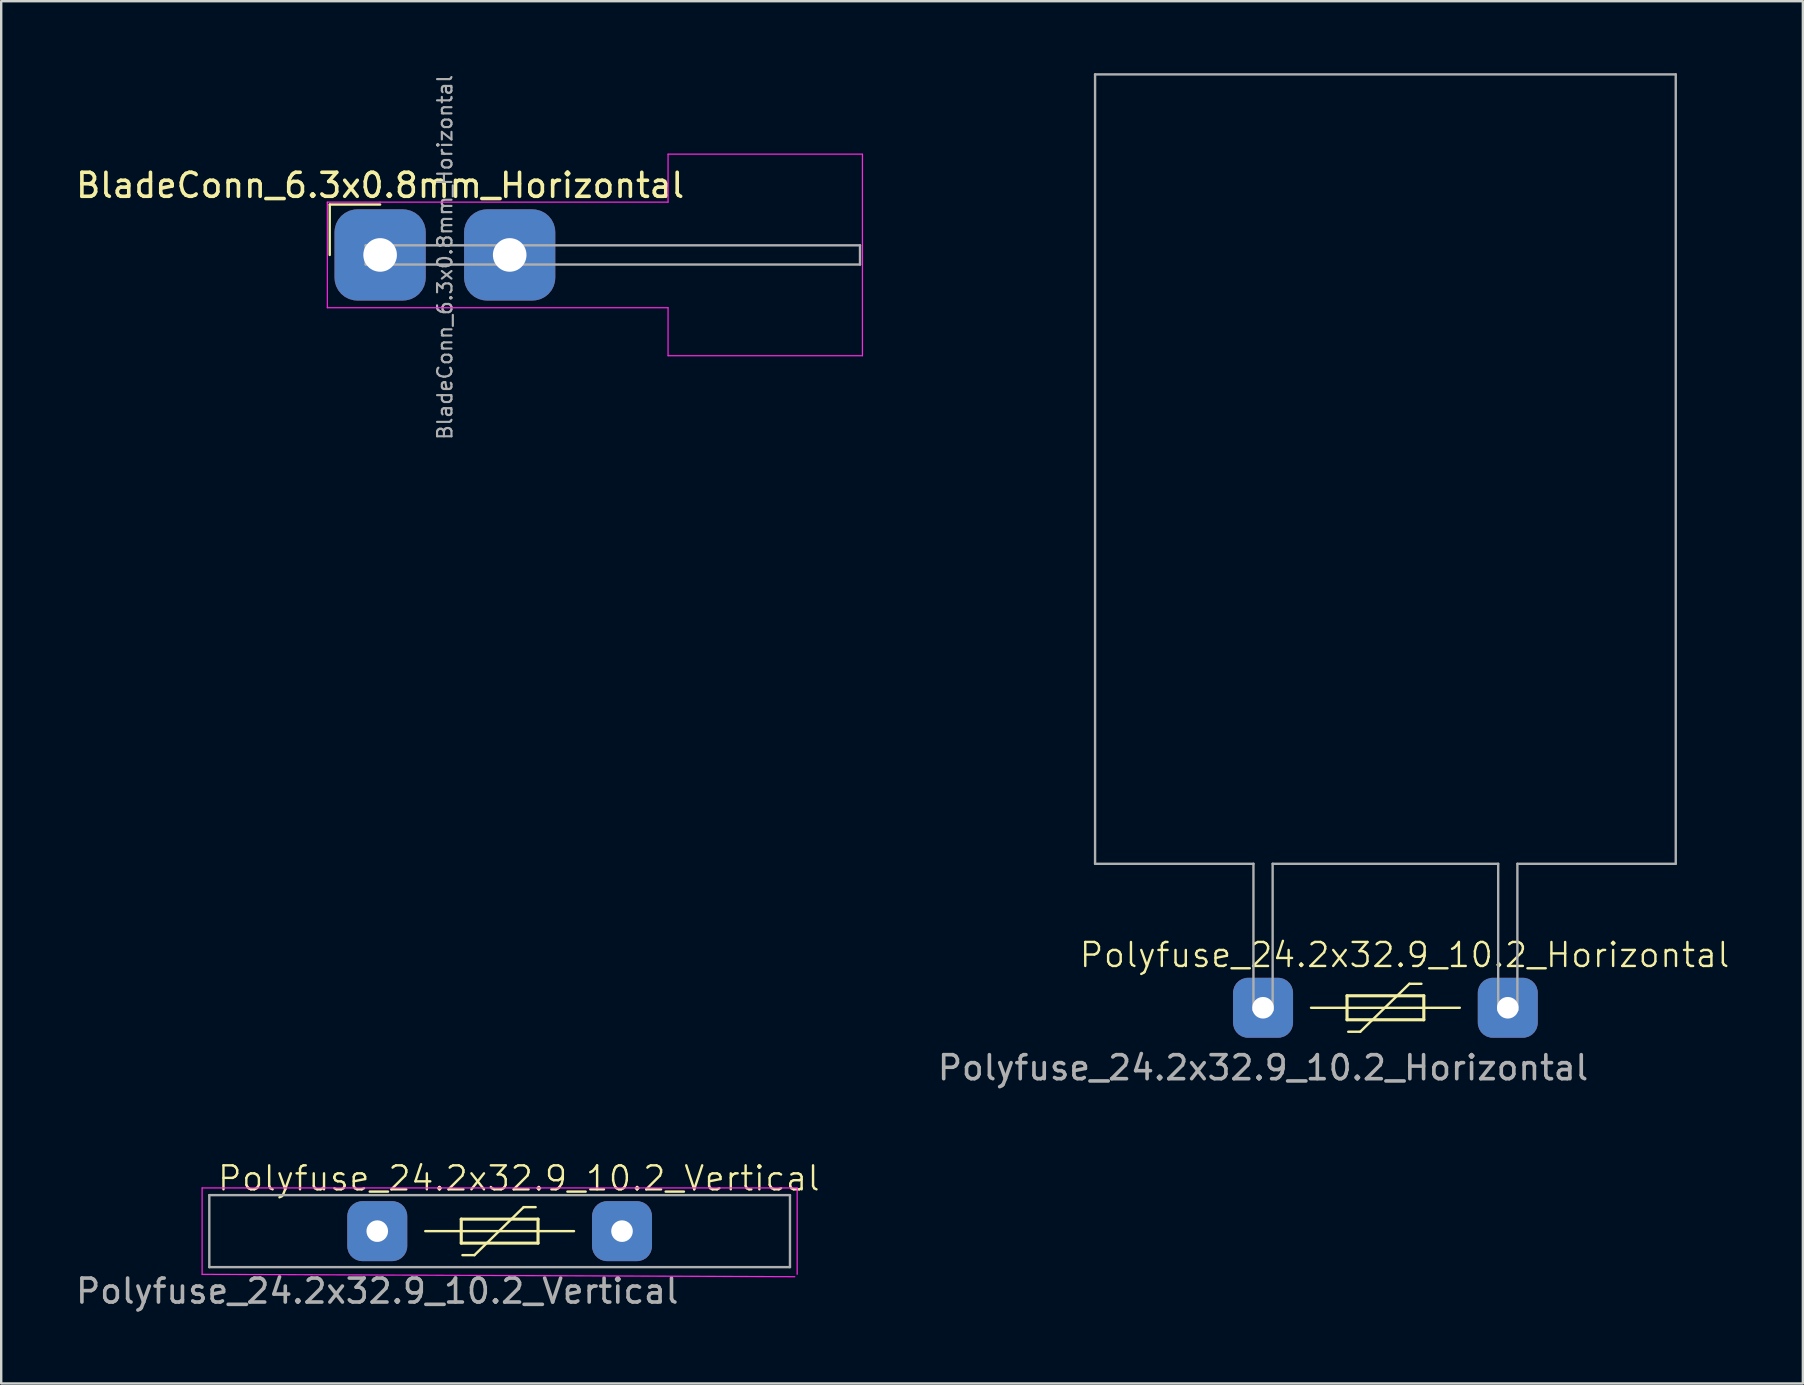
<source format=kicad_pcb>
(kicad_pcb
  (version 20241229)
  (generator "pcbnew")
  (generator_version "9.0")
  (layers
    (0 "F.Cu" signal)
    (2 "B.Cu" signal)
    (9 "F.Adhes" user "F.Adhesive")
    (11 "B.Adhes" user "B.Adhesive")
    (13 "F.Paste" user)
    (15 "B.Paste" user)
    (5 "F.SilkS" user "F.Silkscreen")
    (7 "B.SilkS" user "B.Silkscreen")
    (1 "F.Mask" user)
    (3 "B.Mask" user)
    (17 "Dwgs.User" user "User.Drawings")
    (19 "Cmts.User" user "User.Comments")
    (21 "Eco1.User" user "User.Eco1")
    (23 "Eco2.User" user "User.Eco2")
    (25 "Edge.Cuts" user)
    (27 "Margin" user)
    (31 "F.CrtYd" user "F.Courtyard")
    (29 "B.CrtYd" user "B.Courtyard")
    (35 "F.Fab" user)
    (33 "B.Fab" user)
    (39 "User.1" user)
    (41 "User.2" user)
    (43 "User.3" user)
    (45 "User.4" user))
  (footprint "Polyfuse_24.2x32.9_10.2_Horizontal"
    (layer "F.Cu")
    (at 49.589 38.95)
    (property "Reference" "Polyfuse_24.2x32.9_10.2_Horizontal" (at 5.9 -2.2 0) (unlocked yes) (layer "F.SilkS") (effects (font (size 1 1) (thickness 0.1))))
    (attr through_hole)
    (fp_line (start 2 0) (end 8.2 0) (stroke (width 0.1) (type default)) (layer "F.SilkS"))
    (fp_line (start 3.5 -0.5) (end 3.5 0.5) (stroke (width 0.13) (type solid)) (layer "F.SilkS"))
    (fp_line (start 3.5 0.5) (end 6.7 0.5) (stroke (width 0.13) (type solid)) (layer "F.SilkS"))
    (fp_line (start 4.05 1) (end 3.55 1) (stroke (width 0.1) (type default)) (layer "F.SilkS"))
    (fp_line (start 6.1 -1) (end 4.05 1) (stroke (width 0.1) (type default)) (layer "F.SilkS"))
    (fp_line (start 6.6 -1) (end 6.1 -1) (stroke (width 0.1) (type default)) (layer "F.SilkS"))
    (fp_line (start 6.7 -0.5) (end 3.5 -0.5) (stroke (width 0.13) (type solid)) (layer "F.SilkS"))
    (fp_line (start 6.7 -0.5) (end 6.7 0.5) (stroke (width 0.13) (type solid)) (layer "F.SilkS"))
    (fp_line (start -7 -6) (end -7 -38.9) (stroke (width 0.1) (type default)) (layer "F.Fab"))
    (fp_line (start -0.4 -6) (end -7 -6) (stroke (width 0.1) (type default)) (layer "F.Fab"))
    (fp_line (start -0.4 0.1) (end -0.4 -6) (stroke (width 0.1) (type default)) (layer "F.Fab"))
    (fp_line (start -0.4 0.1) (end 0.4 0.1) (stroke (width 0.1) (type default)) (layer "F.Fab"))
    (fp_line (start 0.4 0.1) (end 0.4 -6) (stroke (width 0.1) (type default)) (layer "F.Fab"))
    (fp_line (start 9.8 -6) (end 0.4 -6) (stroke (width 0.1) (type default)) (layer "F.Fab"))
    (fp_line (start 9.8 0.1) (end 9.8 -6) (stroke (width 0.1) (type default)) (layer "F.Fab"))
    (fp_line (start 9.8 0.1) (end 10.6 0.1) (stroke (width 0.1) (type default)) (layer "F.Fab"))
    (fp_line (start 10.6 0.1) (end 10.6 -6) (stroke (width 0.1) (type default)) (layer "F.Fab"))
    (fp_line (start 17.2 -38.9) (end -7 -38.9) (stroke (width 0.1) (type default)) (layer "F.Fab"))
    (fp_line (start 17.2 -6) (end 10.6 -6) (stroke (width 0.1) (type default)) (layer "F.Fab"))
    (fp_line (start 17.2 -6) (end 17.2 -38.9) (stroke (width 0.1) (type default)) (layer "F.Fab"))
    (fp_text user "${REFERENCE}" (at 0 2.5 0) (unlocked yes) (layer "F.Fab") (effects (font (size 1 1) (thickness 0.15))))
    (pad "1" thru_hole roundrect (at 0 0) (size 2.5 2.5) (drill 0.9) (layers "*.Cu" "*.Mask") (roundrect_rratio 0.25))
    (pad "2" thru_hole roundrect (at 10.2 0) (size 2.5 2.5) (drill 0.9) (layers "*.Cu" "*.Mask") (roundrect_rratio 0.25)))
  (footprint "Polyfuse_24.2x32.9_10.2_Vertical"
    (layer "F.Cu")
    (at 12.673 48.259)
    (property "Reference" "Polyfuse_24.2x32.9_10.2_Vertical" (at 5.9 -2.2 0) (unlocked yes) (layer "F.SilkS") (effects (font (size 1 1) (thickness 0.1))))
    (attr through_hole)
    (fp_line (start 2 0) (end 8.2 0) (stroke (width 0.1) (type default)) (layer "F.SilkS"))
    (fp_line (start 3.5 -0.5) (end 3.5 0.5) (stroke (width 0.13) (type solid)) (layer "F.SilkS"))
    (fp_line (start 3.5 0.5) (end 6.7 0.5) (stroke (width 0.13) (type solid)) (layer "F.SilkS"))
    (fp_line (start 4.05 1) (end 3.55 1) (stroke (width 0.1) (type default)) (layer "F.SilkS"))
    (fp_line (start 6.1 -1) (end 4.05 1) (stroke (width 0.1) (type default)) (layer "F.SilkS"))
    (fp_line (start 6.6 -1) (end 6.1 -1) (stroke (width 0.1) (type default)) (layer "F.SilkS"))
    (fp_line (start 6.7 -0.5) (end 3.5 -0.5) (stroke (width 0.13) (type solid)) (layer "F.SilkS"))
    (fp_line (start 6.7 -0.5) (end 6.7 0.5) (stroke (width 0.13) (type solid)) (layer "F.SilkS"))
    (fp_line (start -7.3 -1.8) (end -7.3 1.8) (stroke (width 0.05) (type default)) (layer "F.CrtYd"))
    (fp_line (start -7.3 -1.8) (end 17.5 -1.8) (stroke (width 0.05) (type default)) (layer "F.CrtYd"))
    (fp_line (start 17.4 1.9) (end -7.3 1.8) (stroke (width 0.05) (type default)) (layer "F.CrtYd"))
    (fp_line (start 17.5 -1.8) (end 17.5 1.8) (stroke (width 0.05) (type default)) (layer "F.CrtYd"))
    (fp_line (start -7 -1.5) (end -7 1.5) (stroke (width 0.1) (type default)) (layer "F.Fab"))
    (fp_line (start -7 -1.5) (end 17.2 -1.5) (stroke (width 0.1) (type default)) (layer "F.Fab"))
    (fp_line (start -7 1.5) (end 17.2 1.5) (stroke (width 0.1) (type default)) (layer "F.Fab"))
    (fp_line (start 17.2 -1.5) (end 17.2 1.5) (stroke (width 0.1) (type default)) (layer "F.Fab"))
    (fp_text user "${REFERENCE}" (at 0 2.5 0) (unlocked yes) (layer "F.Fab") (effects (font (size 1 1) (thickness 0.15))))
    (pad "1" thru_hole roundrect (at 0 0) (size 2.5 2.5) (drill 0.9) (layers "*.Cu" "*.Mask") (roundrect_rratio 0.25))
    (pad "2" thru_hole roundrect (at 10.2 0) (size 2.5 2.5) (drill 0.9) (layers "*.Cu" "*.Mask") (roundrect_rratio 0.25)))
  (footprint "BladeConn_6.3x0.8mm_Horizontal"
    (layer "F.Cu")
    (at 12.792 7.575)
    (property "Reference" "BladeConn_6.3x0.8mm_Horizontal" (at 0 -2.9 0) (layer "F.SilkS") (effects (font (size 1 1) (thickness 0.15))))
    (attr through_hole)
    (fp_line (start -2.1 -2.1) (end -2.1 0) (stroke (width 0.1) (type default)) (layer "F.SilkS"))
    (fp_line (start 0 -2.1) (end -2.1 -2.1) (stroke (width 0.1) (type default)) (layer "F.SilkS"))
    (fp_line (start -2.2 -2.2) (end -2.2 2.2) (stroke (width 0.05) (type default)) (layer "F.CrtYd"))
    (fp_line (start -2.2 2.2) (end 12 2.2) (stroke (width 0.05) (type default)) (layer "F.CrtYd"))
    (fp_line (start 0 -2.2) (end -2.2 -2.2) (stroke (width 0.05) (type default)) (layer "F.CrtYd"))
    (fp_line (start 0 -2.2) (end 12 -2.2) (stroke (width 0.05) (type default)) (layer "F.CrtYd"))
    (fp_line (start 12 -4.2) (end 20.1 -4.2) (stroke (width 0.05) (type default)) (layer "F.CrtYd"))
    (fp_line (start 12 -2.2) (end 12 -4.2) (stroke (width 0.05) (type default)) (layer "F.CrtYd"))
    (fp_line (start 12 2.2) (end 12 4.2) (stroke (width 0.05) (type default)) (layer "F.CrtYd"))
    (fp_line (start 12 4.2) (end 20.1 4.2) (stroke (width 0.05) (type default)) (layer "F.CrtYd"))
    (fp_line (start 20.1 -4.2) (end 20.1 4.2) (stroke (width 0.05) (type default)) (layer "F.CrtYd"))
    (fp_line (start -0.6 -0.4) (end -0.6 0.4) (stroke (width 0.1) (type default)) (layer "F.Fab"))
    (fp_line (start -0.6 -0.4) (end 20 -0.4) (stroke (width 0.1) (type default)) (layer "F.Fab"))
    (fp_line (start -0.6 0.4) (end 20 0.4) (stroke (width 0.1) (type default)) (layer "F.Fab"))
    (fp_line (start 20 -0.4) (end 20 0.4) (stroke (width 0.1) (type default)) (layer "F.Fab"))
    (fp_text user "${REFERENCE}" (at 2.7 0.1 90) (layer "F.Fab") (effects (font (size 0.6 0.6) (thickness 0.09))))
    (pad "1" thru_hole roundrect (at 0 0) (size 3.8 3.8) (drill 1.4) (layers "*.Cu" "*.Mask") (roundrect_rratio 0.25))
    (pad "1" thru_hole roundrect (at 5.4 0) (size 3.8 3.8) (drill 1.4) (layers "*.Cu" "*.Mask") (roundrect_rratio 0.25)))
  (gr_rect
    (start -3 -3)
    (end 72.087 54.607)
    (stroke (width 0.1) (type default))
    (fill no)
    (layer "Edge.Cuts")))
</source>
